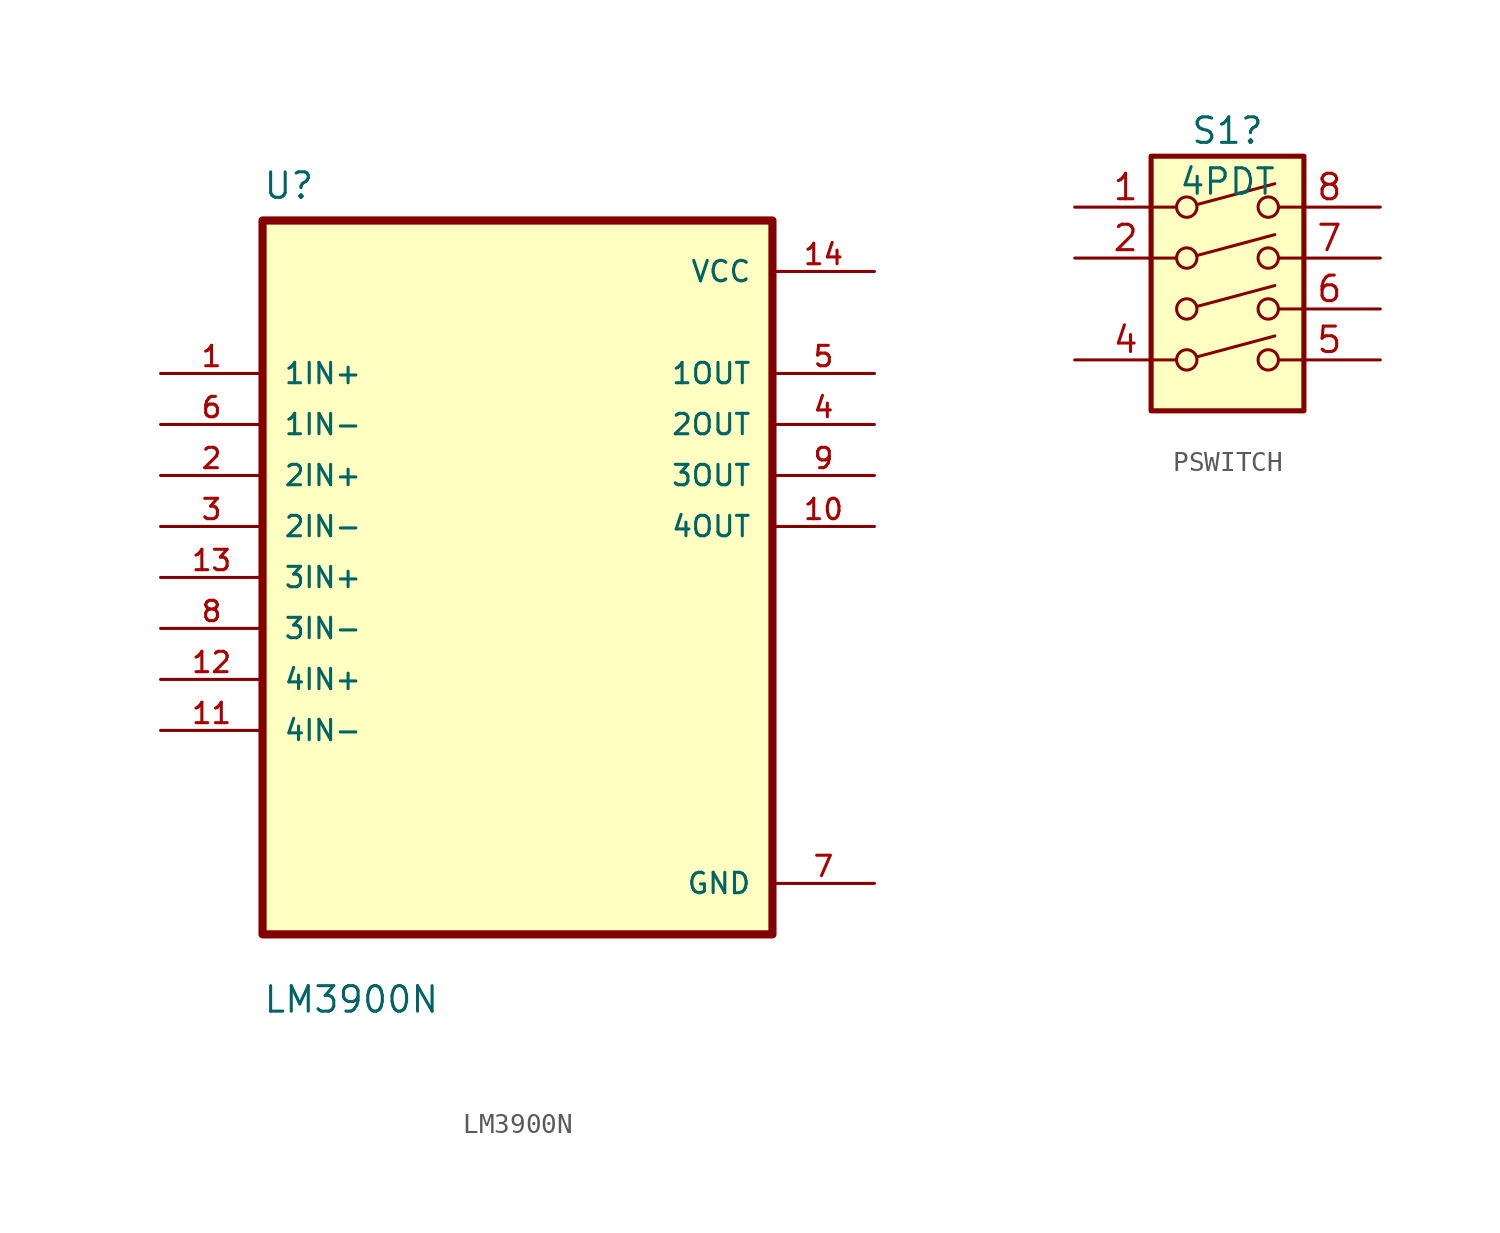
<source format=kicad_sym>
(kicad_symbol_lib
  (version 20220914)
  (generator kicad_symbol_editor)
  (symbol "LM3900N"
    (pin_names
      (offset 1.016))
    (property "Reference" "U"
      (at -12.7 18.771 0)
      (effects (font (size 1.27 1.27)) (justify left bottom)))
    (property "Value" "LM3900N"
      (at -12.7 -21.768 0)
      (effects (font (size 1.27 1.27)) (justify left bottom)))
    (property "ki_locked" ""
      (at 0 0 0)
      (effects (font (size 1.27 1.27))))
    (symbol "LM3900N_0_0"
      (rectangle (start -12.7 -17.78) (end 12.7 17.78) (stroke (width 0.406) (type solid)) (fill (type background)))
      (pin input line (at -17.78 10.16 0) (length 5.08) (name "1IN+" (effects (font (size 1.016 1.016)))) (number "1" (effects (font (size 1.016 1.016)))))
      (pin output line (at 17.78 2.54 180) (length 5.08) (name "4OUT" (effects (font (size 1.016 1.016)))) (number "10" (effects (font (size 1.016 1.016)))))
      (pin input line (at -17.78 -7.62 0) (length 5.08) (name "4IN-" (effects (font (size 1.016 1.016)))) (number "11" (effects (font (size 1.016 1.016)))))
      (pin input line (at -17.78 -5.08 0) (length 5.08) (name "4IN+" (effects (font (size 1.016 1.016)))) (number "12" (effects (font (size 1.016 1.016)))))
      (pin input line (at -17.78 0 0) (length 5.08) (name "3IN+" (effects (font (size 1.016 1.016)))) (number "13" (effects (font (size 1.016 1.016)))))
      (pin power_in line (at 17.78 15.24 180) (length 5.08) (name "VCC" (effects (font (size 1.016 1.016)))) (number "14" (effects (font (size 1.016 1.016)))))
      (pin input line (at -17.78 5.08 0) (length 5.08) (name "2IN+" (effects (font (size 1.016 1.016)))) (number "2" (effects (font (size 1.016 1.016)))))
      (pin input line (at -17.78 2.54 0) (length 5.08) (name "2IN-" (effects (font (size 1.016 1.016)))) (number "3" (effects (font (size 1.016 1.016)))))
      (pin output line (at 17.78 7.62 180) (length 5.08) (name "2OUT" (effects (font (size 1.016 1.016)))) (number "4" (effects (font (size 1.016 1.016)))))
      (pin output line (at 17.78 10.16 180) (length 5.08) (name "1OUT" (effects (font (size 1.016 1.016)))) (number "5" (effects (font (size 1.016 1.016)))))
      (pin input line (at -17.78 7.62 0) (length 5.08) (name "1IN-" (effects (font (size 1.016 1.016)))) (number "6" (effects (font (size 1.016 1.016)))))
      (pin power_in line (at 17.78 -15.24 180) (length 5.08) (name "GND" (effects (font (size 1.016 1.016)))) (number "7" (effects (font (size 1.016 1.016)))))
      (pin input line (at -17.78 -2.54 0) (length 5.08) (name "3IN-" (effects (font (size 1.016 1.016)))) (number "8" (effects (font (size 1.016 1.016)))))
      (pin output line (at 17.78 5.08 180) (length 5.08) (name "3OUT" (effects (font (size 1.016 1.016)))) (number "9" (effects (font (size 1.016 1.016)))))))
  (symbol "PSWITCH"
    (pin_names
      (offset 0) hide)
    (property "Reference" "S1"
      (at 0 8.89 0)
      (effects (font (size 1.27 1.27))))
    (property "Value" "4PDT"
      (at 0 6.35 0)
      (effects (font (size 1.27 1.27))))
    (symbol "PSWITCH_0_0"
      (circle (center -2.032 -2.54) (radius 0.508) (stroke (width 0) (type default)) (fill (type none)))
      (circle (center -2.032 0) (radius 0.508) (stroke (width 0) (type default)) (fill (type none)))
      (circle (center -2.032 2.54) (radius 0.508) (stroke (width 0) (type default)) (fill (type none)))
      (circle (center -2.032 5.08) (radius 0.508) (stroke (width 0) (type default)) (fill (type none)))
      (polyline (pts (xy -1.524 -2.388) (xy 2.362 -1.346)) (stroke (width 0) (type default)) (fill (type none)))
      (polyline (pts (xy -1.524 0.127) (xy 2.362 1.168)) (stroke (width 0) (type default)) (fill (type none)))
      (polyline (pts (xy -1.524 2.667) (xy 2.362 3.708)) (stroke (width 0) (type default)) (fill (type none)))
      (polyline (pts (xy -1.524 5.207) (xy 2.362 6.248)) (stroke (width 0) (type default)) (fill (type none)))
      (circle (center 2.032 -2.54) (radius 0.508) (stroke (width 0) (type default)) (fill (type none)))
      (circle (center 2.032 0) (radius 0.508) (stroke (width 0) (type default)) (fill (type none)))
      (circle (center 2.032 2.54) (radius 0.508) (stroke (width 0) (type default)) (fill (type none)))
      (circle (center 2.032 5.08) (radius 0.508) (stroke (width 0) (type default)) (fill (type none))))
    (symbol "PSWITCH_0_1"
      (rectangle (start -3.81 7.62) (end 3.81 -5.08) (stroke (width 0.254) (type default)) (fill (type background))))
    (symbol "PSWITCH_1_1"
      (pin passive line (at -7.62 5.08 0) (length 5.08) (name "~" (effects (font (size 1.27 1.27)))) (number "1" (effects (font (size 1.27 1.27)))))
      (pin passive line (at -7.62 2.54 0) (length 5.08) (name "~" (effects (font (size 1.27 1.27)))) (number "2" (effects (font (size 1.27 1.27)))))
      (pin passive line (at -7.62 -2.54 0) (length 5.08) (name "~" (effects (font (size 1.27 1.27)))) (number "4" (effects (font (size 1.27 1.27)))))
      (pin passive line (at 7.62 -2.54 180) (length 5.08) (name "~" (effects (font (size 1.27 1.27)))) (number "5" (effects (font (size 1.27 1.27)))))
      (pin passive line (at 7.62 0 180) (length 5.08) (name "~" (effects (font (size 1.27 1.27)))) (number "6" (effects (font (size 1.27 1.27)))))
      (pin passive line (at 7.62 2.54 180) (length 5.08) (name "~" (effects (font (size 1.27 1.27)))) (number "7" (effects (font (size 1.27 1.27)))))
      (pin passive line (at 7.62 5.08 180) (length 5.08) (name "~" (effects (font (size 1.27 1.27)))) (number "8" (effects (font (size 1.27 1.27))))))))
</source>
